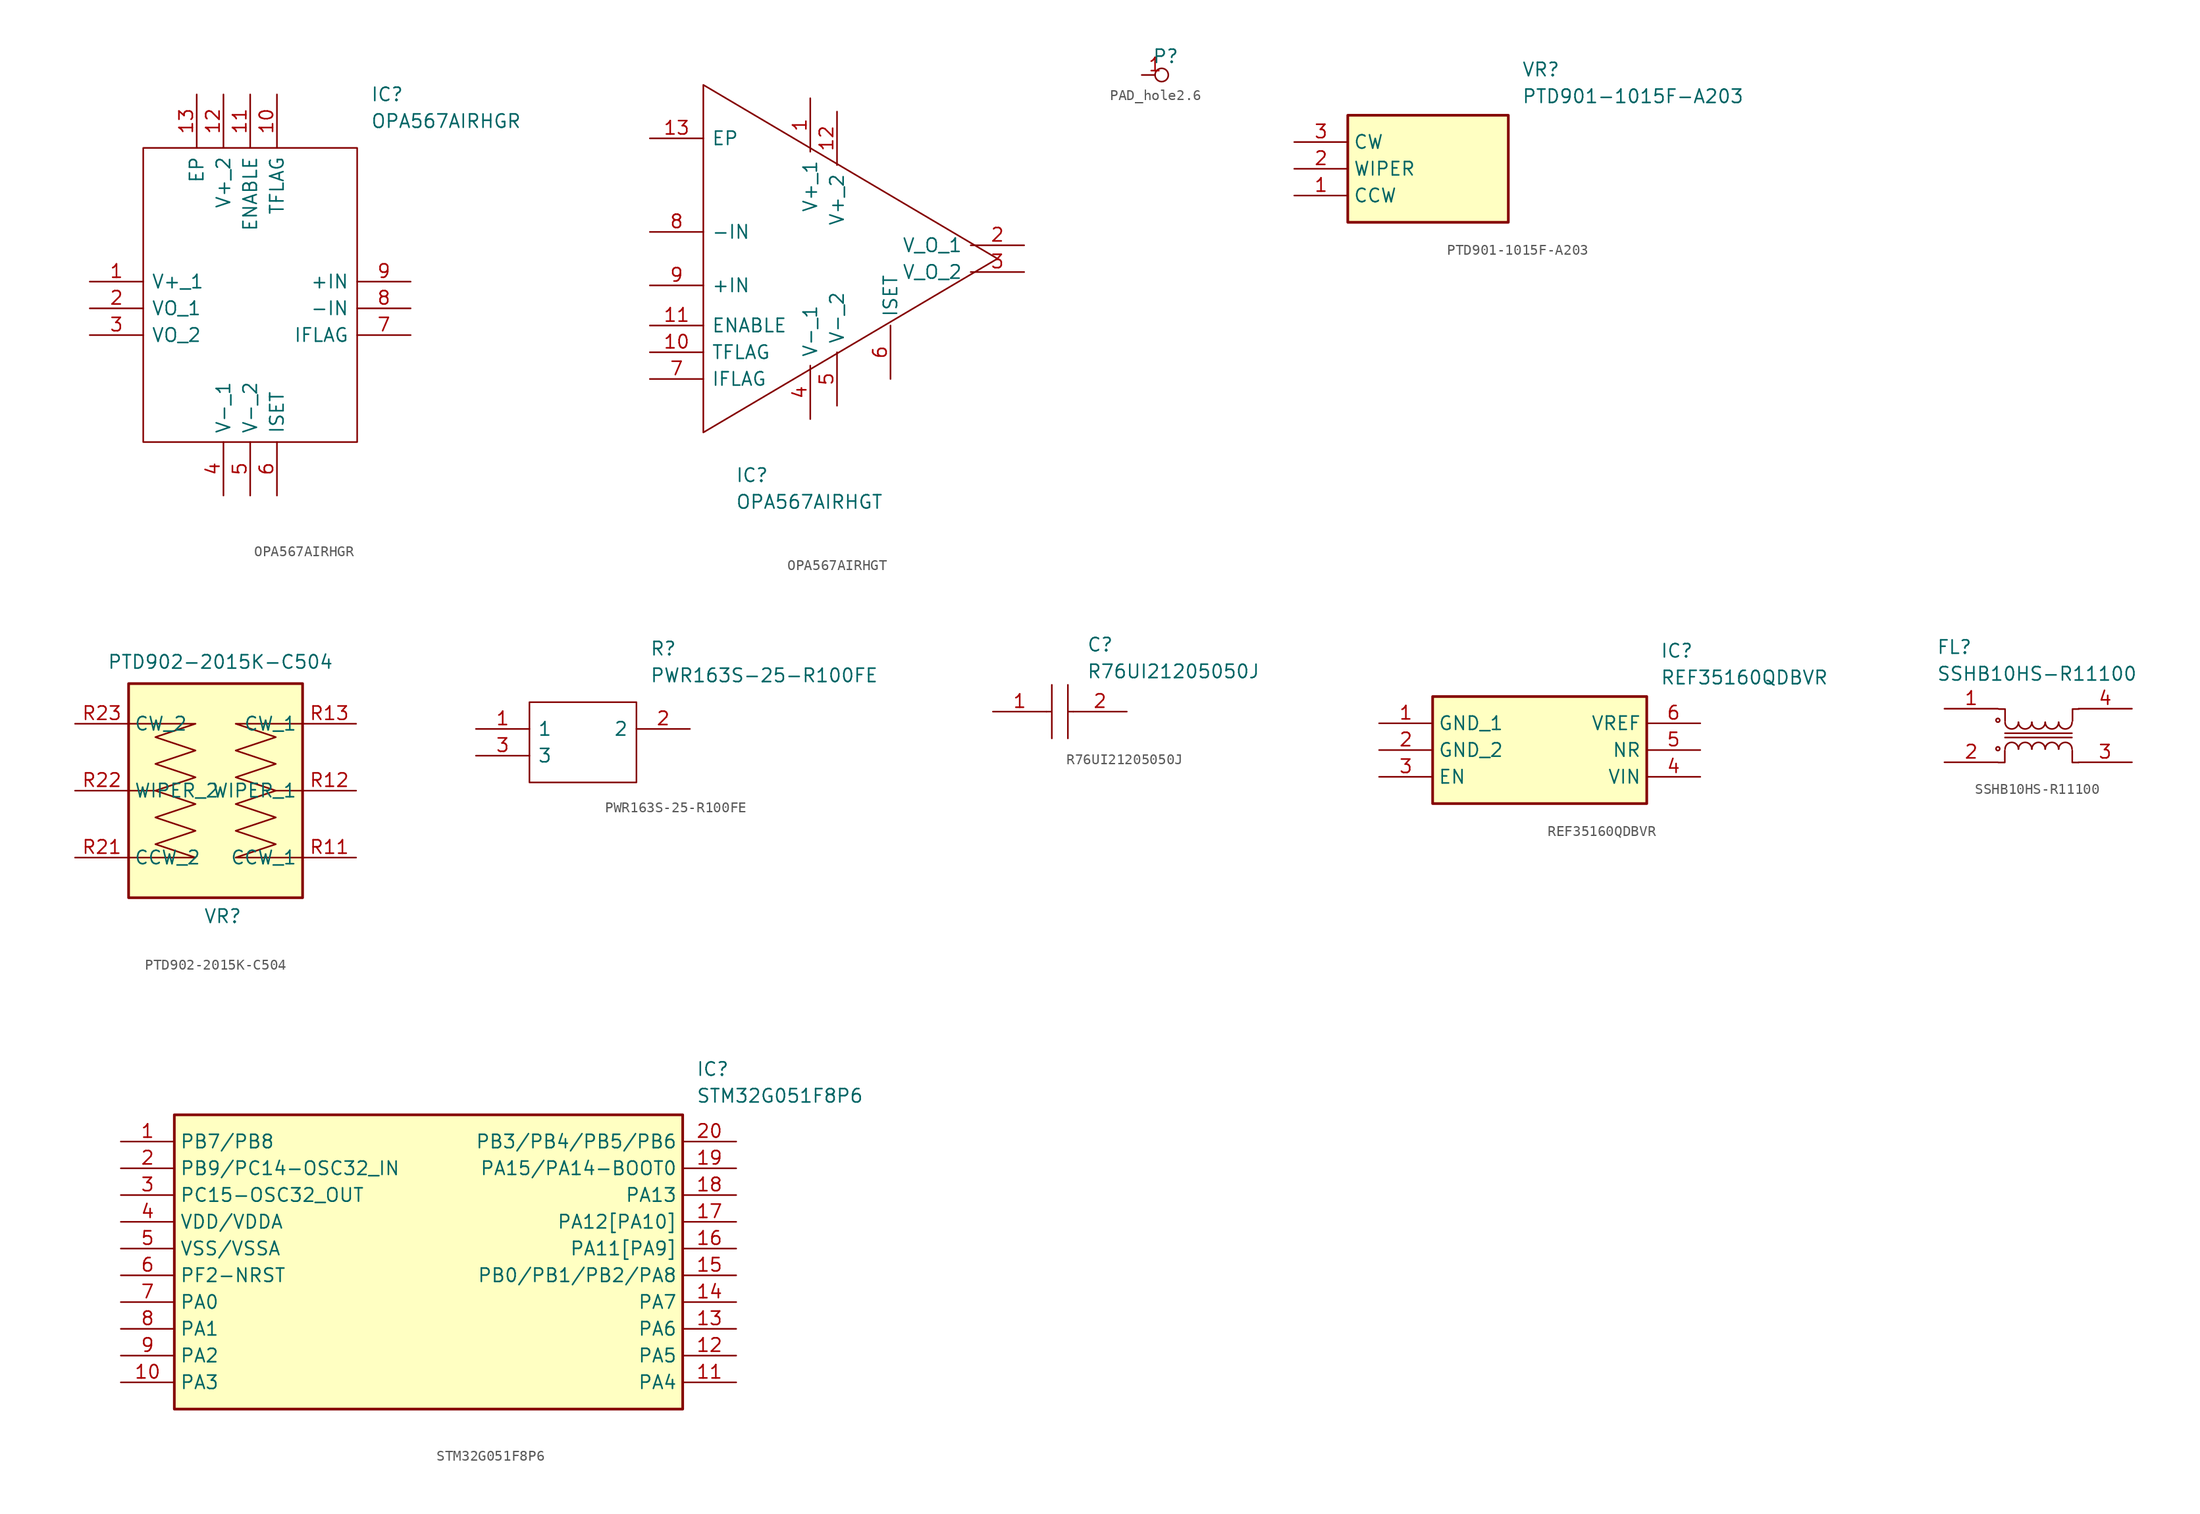
<source format=kicad_sym>
(kicad_symbol_lib
  (version 20231120)
  (generator "kicad_symbol_editor")
  (generator_version "8.0")
  (symbol "OPA567AIRHGR"
    (pin_names
      (offset 0.762))
    (property "Reference" "IC"
      (at 26.67 17.78 0)
      (effects (font (size 1.27 1.27)) (justify left)))
    (property "Value" "OPA567AIRHGR"
      (at 26.67 15.24 0)
      (effects (font (size 1.27 1.27)) (justify left)))
    (symbol "OPA567AIRHGR_0_0"
      (pin passive line (at 0 0 0) (length 5.08) (name "V+_1" (effects (font (size 1.27 1.27)))) (number "1" (effects (font (size 1.27 1.27)))))
      (pin passive line (at 17.78 17.78 270) (length 5.08) (name "TFLAG" (effects (font (size 1.27 1.27)))) (number "10" (effects (font (size 1.27 1.27)))))
      (pin passive line (at 15.24 17.78 270) (length 5.08) (name "ENABLE" (effects (font (size 1.27 1.27)))) (number "11" (effects (font (size 1.27 1.27)))))
      (pin passive line (at 12.7 17.78 270) (length 5.08) (name "V+_2" (effects (font (size 1.27 1.27)))) (number "12" (effects (font (size 1.27 1.27)))))
      (pin passive line (at 10.16 17.78 270) (length 5.08) (name "EP" (effects (font (size 1.27 1.27)))) (number "13" (effects (font (size 1.27 1.27)))))
      (pin passive line (at 0 -2.54 0) (length 5.08) (name "VO_1" (effects (font (size 1.27 1.27)))) (number "2" (effects (font (size 1.27 1.27)))))
      (pin passive line (at 0 -5.08 0) (length 5.08) (name "VO_2" (effects (font (size 1.27 1.27)))) (number "3" (effects (font (size 1.27 1.27)))))
      (pin passive line (at 12.7 -20.32 90) (length 5.08) (name "V-_1" (effects (font (size 1.27 1.27)))) (number "4" (effects (font (size 1.27 1.27)))))
      (pin passive line (at 15.24 -20.32 90) (length 5.08) (name "V-_2" (effects (font (size 1.27 1.27)))) (number "5" (effects (font (size 1.27 1.27)))))
      (pin passive line (at 17.78 -20.32 90) (length 5.08) (name "ISET" (effects (font (size 1.27 1.27)))) (number "6" (effects (font (size 1.27 1.27)))))
      (pin passive line (at 30.48 -5.08 180) (length 5.08) (name "IFLAG" (effects (font (size 1.27 1.27)))) (number "7" (effects (font (size 1.27 1.27)))))
      (pin passive line (at 30.48 -2.54 180) (length 5.08) (name "-IN" (effects (font (size 1.27 1.27)))) (number "8" (effects (font (size 1.27 1.27)))))
      (pin passive line (at 30.48 0 180) (length 5.08) (name "+IN" (effects (font (size 1.27 1.27)))) (number "9" (effects (font (size 1.27 1.27))))))
    (symbol "OPA567AIRHGR_0_1"
      (polyline (pts (xy 5.08 12.7) (xy 25.4 12.7) (xy 25.4 -15.24) (xy 5.08 -15.24) (xy 5.08 12.7)) (stroke (width 0.152) (type solid)) (fill (type none)))))
  (symbol "OPA567AIRHGT"
    (pin_names
      (offset 0.762))
    (property "Reference" "IC"
      (at -4.572 -20.574 0)
      (effects (font (size 1.27 1.27)) (justify left)))
    (property "Value" "OPA567AIRHGT"
      (at -4.572 -23.114 0)
      (effects (font (size 1.27 1.27)) (justify left)))
    (symbol "OPA567AIRHGT_0_0"
      (pin passive line (at 2.54 15.24 270) (length 5.08) (name "V+_1" (effects (font (size 1.27 1.27)))) (number "1" (effects (font (size 1.27 1.27)))))
      (pin passive line (at -12.7 -8.89 0) (length 5.08) (name "TFLAG" (effects (font (size 1.27 1.27)))) (number "10" (effects (font (size 1.27 1.27)))))
      (pin passive line (at -12.7 -6.35 0) (length 5.08) (name "ENABLE" (effects (font (size 1.27 1.27)))) (number "11" (effects (font (size 1.27 1.27)))))
      (pin passive line (at 5.08 13.97 270) (length 5.08) (name "V+_2" (effects (font (size 1.27 1.27)))) (number "12" (effects (font (size 1.27 1.27)))))
      (pin passive line (at -12.7 11.43 0) (length 5.08) (name "EP" (effects (font (size 1.27 1.27)))) (number "13" (effects (font (size 1.27 1.27)))))
      (pin passive line (at 22.86 1.27 180) (length 5.08) (name "V_O_1" (effects (font (size 1.27 1.27)))) (number "2" (effects (font (size 1.27 1.27)))))
      (pin passive line (at 22.86 -1.27 180) (length 5.08) (name "V_O_2" (effects (font (size 1.27 1.27)))) (number "3" (effects (font (size 1.27 1.27)))))
      (pin passive line (at 2.54 -15.24 90) (length 5.08) (name "V-_1" (effects (font (size 1.27 1.27)))) (number "4" (effects (font (size 1.27 1.27)))))
      (pin passive line (at 5.08 -13.97 90) (length 5.08) (name "V-_2" (effects (font (size 1.27 1.27)))) (number "5" (effects (font (size 1.27 1.27)))))
      (pin passive line (at 10.16 -11.43 90) (length 5.08) (name "ISET" (effects (font (size 1.27 1.27)))) (number "6" (effects (font (size 1.27 1.27)))))
      (pin passive line (at -12.7 -11.43 0) (length 5.08) (name "IFLAG" (effects (font (size 1.27 1.27)))) (number "7" (effects (font (size 1.27 1.27)))))
      (pin passive line (at -12.7 2.54 0) (length 5.08) (name "-IN" (effects (font (size 1.27 1.27)))) (number "8" (effects (font (size 1.27 1.27)))))
      (pin passive line (at -12.7 -2.54 0) (length 5.08) (name "+IN" (effects (font (size 1.27 1.27)))) (number "9" (effects (font (size 1.27 1.27))))))
    (symbol "OPA567AIRHGT_0_1"
      (polyline (pts (xy -7.62 0) (xy -7.62 16.51) (xy 20.32 0) (xy -7.62 -16.51) (xy -7.62 0)) (stroke (width 0) (type default)) (fill (type none)))))
  (symbol "PAD_hole2.6"
    (property "Reference" "P"
      (at 1.016 1.778 0)
      (effects (font (size 1.27 1.27))))
    (property "Value" ""
      (at 0 0 0)
      (effects (font (size 1.27 1.27))))
    (symbol "PAD_hole2.6_1_1"
      (pin input inverted (at -1.27 0 0) (length 2.54) (name "" (effects (font (size 1.27 1.27)))) (number "1" (effects (font (size 1.27 1.27)))))))
  (symbol "PTD901-1015F-A203"
    (property "Reference" "VR"
      (at 21.59 7.62 0)
      (effects (font (size 1.27 1.27)) (justify left top)))
    (property "Value" "PTD901-1015F-A203"
      (at 21.59 5.08 0)
      (effects (font (size 1.27 1.27)) (justify left top)))
    (symbol "PTD901-1015F-A203_1_1"
      (rectangle (start 5.08 2.54) (end 20.32 -7.62) (stroke (width 0.254) (type default)) (fill (type background)))
      (pin passive line (at 0 -5.08 0) (length 5.08) (name "CCW" (effects (font (size 1.27 1.27)))) (number "1" (effects (font (size 1.27 1.27)))))
      (pin passive line (at 0 -2.54 0) (length 5.08) (name "WIPER" (effects (font (size 1.27 1.27)))) (number "2" (effects (font (size 1.27 1.27)))))
      (pin passive line (at 0 0 0) (length 5.08) (name "CW" (effects (font (size 1.27 1.27)))) (number "3" (effects (font (size 1.27 1.27)))))))
  (symbol "PTD902-2015K-C504"
    (property "Reference" "VR"
      (at -1.778 -11.176 0)
      (effects (font (size 1.27 1.27)) (justify left top)))
    (property "Value" "PTD902-2015K-C504"
      (at -10.922 12.954 0)
      (effects (font (size 1.27 1.27)) (justify left top)))
    (symbol "PTD902-2015K-C504_0_1"
      (polyline (pts (xy -8.89 0) (xy -6.35 0)) (stroke (width 0) (type default)) (fill (type none)))
      (polyline (pts (xy 7.62 0) (xy 5.08 0)) (stroke (width 0) (type default)) (fill (type none)))
      (polyline (pts (xy -8.89 6.35) (xy -2.54 6.35) (xy -6.35 5.08) (xy -2.54 3.81) (xy -6.35 2.54) (xy -2.54 1.27) (xy -6.35 0) (xy -2.54 -1.27) (xy -6.35 -2.54) (xy -2.54 -3.81) (xy -6.35 -5.08) (xy -2.54 -6.35) (xy -8.89 -6.35)) (stroke (width 0) (type default)) (fill (type none)))
      (polyline (pts (xy 7.62 -6.35) (xy 1.27 -6.35) (xy 5.08 -5.08) (xy 1.27 -3.81) (xy 5.08 -2.54) (xy 1.27 -1.27) (xy 5.08 0) (xy 1.27 1.27) (xy 5.08 2.54) (xy 1.27 3.81) (xy 5.08 5.08) (xy 1.27 6.35) (xy 7.62 6.35)) (stroke (width 0) (type default)) (fill (type none))))
    (symbol "PTD902-2015K-C504_1_1"
      (rectangle (start -8.89 10.16) (end 7.62 -10.16) (stroke (width 0.254) (type default)) (fill (type background)))
      (pin passive line (at 12.7 -6.35 180) (length 5.08) (name "CCW_1" (effects (font (size 1.27 1.27)))) (number "R11" (effects (font (size 1.27 1.27)))))
      (pin passive line (at 12.7 0 180) (length 5.08) (name "WIPER_1" (effects (font (size 1.27 1.27)))) (number "R12" (effects (font (size 1.27 1.27)))))
      (pin passive line (at 12.7 6.35 180) (length 5.08) (name "CW_1" (effects (font (size 1.27 1.27)))) (number "R13" (effects (font (size 1.27 1.27)))))
      (pin passive line (at -13.97 -6.35 0) (length 5.08) (name "CCW_2" (effects (font (size 1.27 1.27)))) (number "R21" (effects (font (size 1.27 1.27)))))
      (pin passive line (at -13.97 0 0) (length 5.08) (name "WIPER_2" (effects (font (size 1.27 1.27)))) (number "R22" (effects (font (size 1.27 1.27)))))
      (pin passive line (at -13.97 6.35 0) (length 5.08) (name "CW_2" (effects (font (size 1.27 1.27)))) (number "R23" (effects (font (size 1.27 1.27)))))))
  (symbol "PWR163S-25-R100FE"
    (pin_names
      (offset 0.762))
    (property "Reference" "R"
      (at 16.51 7.62 0)
      (effects (font (size 1.27 1.27)) (justify left)))
    (property "Value" "PWR163S-25-R100FE"
      (at 16.51 5.08 0)
      (effects (font (size 1.27 1.27)) (justify left)))
    (symbol "PWR163S-25-R100FE_0_0"
      (pin passive line (at 0 0 0) (length 5.08) (name "1" (effects (font (size 1.27 1.27)))) (number "1" (effects (font (size 1.27 1.27)))))
      (pin passive line (at 20.32 0 180) (length 5.08) (name "2" (effects (font (size 1.27 1.27)))) (number "2" (effects (font (size 1.27 1.27)))))
      (pin passive line (at 0 -2.54 0) (length 5.08) (name "3" (effects (font (size 1.27 1.27)))) (number "3" (effects (font (size 1.27 1.27))))))
    (symbol "PWR163S-25-R100FE_0_1"
      (polyline (pts (xy 5.08 2.54) (xy 15.24 2.54) (xy 15.24 -5.08) (xy 5.08 -5.08) (xy 5.08 2.54)) (stroke (width 0.152) (type solid)) (fill (type none)))))
  (symbol "R76UI21205050J"
    (pin_names
      (offset 0.762))
    (property "Reference" "C"
      (at 8.89 6.35 0)
      (effects (font (size 1.27 1.27)) (justify left)))
    (property "Value" "R76UI21205050J"
      (at 8.89 3.81 0)
      (effects (font (size 1.27 1.27)) (justify left)))
    (symbol "R76UI21205050J_0_0"
      (pin passive line (at 0 0 0) (length 5.08) (name "~" (effects (font (size 1.27 1.27)))) (number "1" (effects (font (size 1.27 1.27)))))
      (pin passive line (at 12.7 0 180) (length 5.08) (name "~" (effects (font (size 1.27 1.27)))) (number "2" (effects (font (size 1.27 1.27))))))
    (symbol "R76UI21205050J_0_1"
      (polyline (pts (xy 5.08 0) (xy 5.588 0)) (stroke (width 0.152) (type solid)) (fill (type none)))
      (polyline (pts (xy 5.588 2.54) (xy 5.588 -2.54)) (stroke (width 0.152) (type solid)) (fill (type none)))
      (polyline (pts (xy 7.112 0) (xy 7.62 0)) (stroke (width 0.152) (type solid)) (fill (type none)))
      (polyline (pts (xy 7.112 2.54) (xy 7.112 -2.54)) (stroke (width 0.152) (type solid)) (fill (type none)))))
  (symbol "REF35160QDBVR"
    (property "Reference" "IC"
      (at 26.67 7.62 0)
      (effects (font (size 1.27 1.27)) (justify left top)))
    (property "Value" "REF35160QDBVR"
      (at 26.67 5.08 0)
      (effects (font (size 1.27 1.27)) (justify left top)))
    (symbol "REF35160QDBVR_1_1"
      (rectangle (start 5.08 2.54) (end 25.4 -7.62) (stroke (width 0.254) (type default)) (fill (type background)))
      (pin passive line (at 0 0 0) (length 5.08) (name "GND_1" (effects (font (size 1.27 1.27)))) (number "1" (effects (font (size 1.27 1.27)))))
      (pin passive line (at 0 -2.54 0) (length 5.08) (name "GND_2" (effects (font (size 1.27 1.27)))) (number "2" (effects (font (size 1.27 1.27)))))
      (pin passive line (at 0 -5.08 0) (length 5.08) (name "EN" (effects (font (size 1.27 1.27)))) (number "3" (effects (font (size 1.27 1.27)))))
      (pin passive line (at 30.48 -5.08 180) (length 5.08) (name "VIN" (effects (font (size 1.27 1.27)))) (number "4" (effects (font (size 1.27 1.27)))))
      (pin passive line (at 30.48 -2.54 180) (length 5.08) (name "NR" (effects (font (size 1.27 1.27)))) (number "5" (effects (font (size 1.27 1.27)))))
      (pin passive line (at 30.48 0 180) (length 5.08) (name "VREF" (effects (font (size 1.27 1.27)))) (number "6" (effects (font (size 1.27 1.27)))))))
  (symbol "SSHB10HS-R11100"
    (pin_names
      (offset 0.762))
    (property "Reference" "FL"
      (at -9.652 8.382 0)
      (effects (font (size 1.27 1.27)) (justify left)))
    (property "Value" "SSHB10HS-R11100"
      (at -9.652 5.842 0)
      (effects (font (size 1.27 1.27)) (justify left)))
    (symbol "SSHB10HS-R11100_0_0"
      (pin passive line (at -8.89 2.54 0) (length 5.08) (name "" (effects (font (size 1.27 1.27)))) (number "1" (effects (font (size 1.27 1.27)))))
      (pin passive line (at -8.89 -2.54 0) (length 5.08) (name "" (effects (font (size 1.27 1.27)))) (number "2" (effects (font (size 1.27 1.27)))))
      (pin passive line (at 8.89 -2.54 180) (length 5.08) (name "" (effects (font (size 1.27 1.27)))) (number "3" (effects (font (size 1.27 1.27)))))
      (pin passive line (at 8.89 2.54 180) (length 5.08) (name "" (effects (font (size 1.27 1.27)))) (number "4" (effects (font (size 1.27 1.27))))))
    (symbol "SSHB10HS-R11100_0_1"
      (circle (center -3.823 -1.254) (radius 0.179) (stroke (width 0) (type default)) (fill (type none)))
      (circle (center -3.823 1.442) (radius 0.179) (stroke (width 0) (type default)) (fill (type none)))
      (arc (start -3.1428 1.2531) (mid -2.5078 0.6181) (end -1.8728 1.2531) (stroke (width 0) (type default)) (fill (type none)))
      (arc (start -1.8728 -1.2869) (mid -2.5078 -0.6519) (end -3.1428 -1.2869) (stroke (width 0) (type default)) (fill (type none)))
      (arc (start -1.8728 1.2531) (mid -1.2378 0.6181) (end -0.6028 1.2531) (stroke (width 0) (type default)) (fill (type none)))
      (arc (start -0.6028 -1.2869) (mid -1.2378 -0.6519) (end -1.8728 -1.2869) (stroke (width 0) (type default)) (fill (type none)))
      (arc (start -0.6028 1.2531) (mid 0.0322 0.6181) (end 0.6672 1.2531) (stroke (width 0) (type default)) (fill (type none)))
      (polyline (pts (xy -3.151 -0.191) (xy 3.199 -0.191)) (stroke (width 0) (type default)) (fill (type none)))
      (polyline (pts (xy -3.149 0.216) (xy 3.201 0.216)) (stroke (width 0) (type default)) (fill (type none)))
      (polyline (pts (xy -3.166 -1.423) (xy -3.166 -2.557) (xy -3.778 -2.557)) (stroke (width 0) (type default)) (fill (type none)))
      (polyline (pts (xy -3.141 1.375) (xy -3.141 2.508) (xy -3.753 2.508)) (stroke (width 0) (type default)) (fill (type none)))
      (polyline (pts (xy 3.23 -1.423) (xy 3.23 -2.557) (xy 3.842 -2.557)) (stroke (width 0) (type default)) (fill (type none)))
      (polyline (pts (xy 3.255 1.375) (xy 3.255 2.508) (xy 3.867 2.508)) (stroke (width 0) (type default)) (fill (type none)))
      (arc (start 0.6672 -1.2869) (mid 0.0322 -0.6519) (end -0.6028 -1.2869) (stroke (width 0) (type default)) (fill (type none)))
      (arc (start 0.6672 1.2531) (mid 1.3022 0.6181) (end 1.9372 1.2531) (stroke (width 0) (type default)) (fill (type none)))
      (arc (start 1.9372 -1.2869) (mid 1.3022 -0.6519) (end 0.6672 -1.2869) (stroke (width 0) (type default)) (fill (type none)))
      (arc (start 1.9372 1.2531) (mid 2.5722 0.6181) (end 3.2072 1.2531) (stroke (width 0) (type default)) (fill (type none)))
      (arc (start 3.2072 -1.2869) (mid 2.5722 -0.6519) (end 1.9372 -1.2869) (stroke (width 0) (type default)) (fill (type none)))))
  (symbol "STM32G051F8P6"
    (property "Reference" "IC"
      (at 54.61 7.62 0)
      (effects (font (size 1.27 1.27)) (justify left top)))
    (property "Value" "STM32G051F8P6"
      (at 54.61 5.08 0)
      (effects (font (size 1.27 1.27)) (justify left top)))
    (symbol "STM32G051F8P6_1_1"
      (rectangle (start 5.08 2.54) (end 53.34 -25.4) (stroke (width 0.254) (type default)) (fill (type background)))
      (pin passive line (at 0 0 0) (length 5.08) (name "PB7/PB8" (effects (font (size 1.27 1.27)))) (number "1" (effects (font (size 1.27 1.27)))))
      (pin passive line (at 0 -22.86 0) (length 5.08) (name "PA3" (effects (font (size 1.27 1.27)))) (number "10" (effects (font (size 1.27 1.27)))))
      (pin passive line (at 58.42 -22.86 180) (length 5.08) (name "PA4" (effects (font (size 1.27 1.27)))) (number "11" (effects (font (size 1.27 1.27)))))
      (pin passive line (at 58.42 -20.32 180) (length 5.08) (name "PA5" (effects (font (size 1.27 1.27)))) (number "12" (effects (font (size 1.27 1.27)))))
      (pin passive line (at 58.42 -17.78 180) (length 5.08) (name "PA6" (effects (font (size 1.27 1.27)))) (number "13" (effects (font (size 1.27 1.27)))))
      (pin passive line (at 58.42 -15.24 180) (length 5.08) (name "PA7" (effects (font (size 1.27 1.27)))) (number "14" (effects (font (size 1.27 1.27)))))
      (pin passive line (at 58.42 -12.7 180) (length 5.08) (name "PB0/PB1/PB2/PA8" (effects (font (size 1.27 1.27)))) (number "15" (effects (font (size 1.27 1.27)))))
      (pin passive line (at 58.42 -10.16 180) (length 5.08) (name "PA11[PA9]" (effects (font (size 1.27 1.27)))) (number "16" (effects (font (size 1.27 1.27)))))
      (pin passive line (at 58.42 -7.62 180) (length 5.08) (name "PA12[PA10]" (effects (font (size 1.27 1.27)))) (number "17" (effects (font (size 1.27 1.27)))))
      (pin passive line (at 58.42 -5.08 180) (length 5.08) (name "PA13" (effects (font (size 1.27 1.27)))) (number "18" (effects (font (size 1.27 1.27)))))
      (pin passive line (at 58.42 -2.54 180) (length 5.08) (name "PA15/PA14-BOOT0" (effects (font (size 1.27 1.27)))) (number "19" (effects (font (size 1.27 1.27)))))
      (pin passive line (at 0 -2.54 0) (length 5.08) (name "PB9/PC14-OSC32_IN" (effects (font (size 1.27 1.27)))) (number "2" (effects (font (size 1.27 1.27)))))
      (pin passive line (at 58.42 0 180) (length 5.08) (name "PB3/PB4/PB5/PB6" (effects (font (size 1.27 1.27)))) (number "20" (effects (font (size 1.27 1.27)))))
      (pin passive line (at 0 -5.08 0) (length 5.08) (name "PC15-OSC32_OUT" (effects (font (size 1.27 1.27)))) (number "3" (effects (font (size 1.27 1.27)))))
      (pin passive line (at 0 -7.62 0) (length 5.08) (name "VDD/VDDA" (effects (font (size 1.27 1.27)))) (number "4" (effects (font (size 1.27 1.27)))))
      (pin passive line (at 0 -10.16 0) (length 5.08) (name "VSS/VSSA" (effects (font (size 1.27 1.27)))) (number "5" (effects (font (size 1.27 1.27)))))
      (pin passive line (at 0 -12.7 0) (length 5.08) (name "PF2-NRST" (effects (font (size 1.27 1.27)))) (number "6" (effects (font (size 1.27 1.27)))))
      (pin passive line (at 0 -15.24 0) (length 5.08) (name "PA0" (effects (font (size 1.27 1.27)))) (number "7" (effects (font (size 1.27 1.27)))))
      (pin passive line (at 0 -17.78 0) (length 5.08) (name "PA1" (effects (font (size 1.27 1.27)))) (number "8" (effects (font (size 1.27 1.27)))))
      (pin passive line (at 0 -20.32 0) (length 5.08) (name "PA2" (effects (font (size 1.27 1.27)))) (number "9" (effects (font (size 1.27 1.27))))))))
</source>
